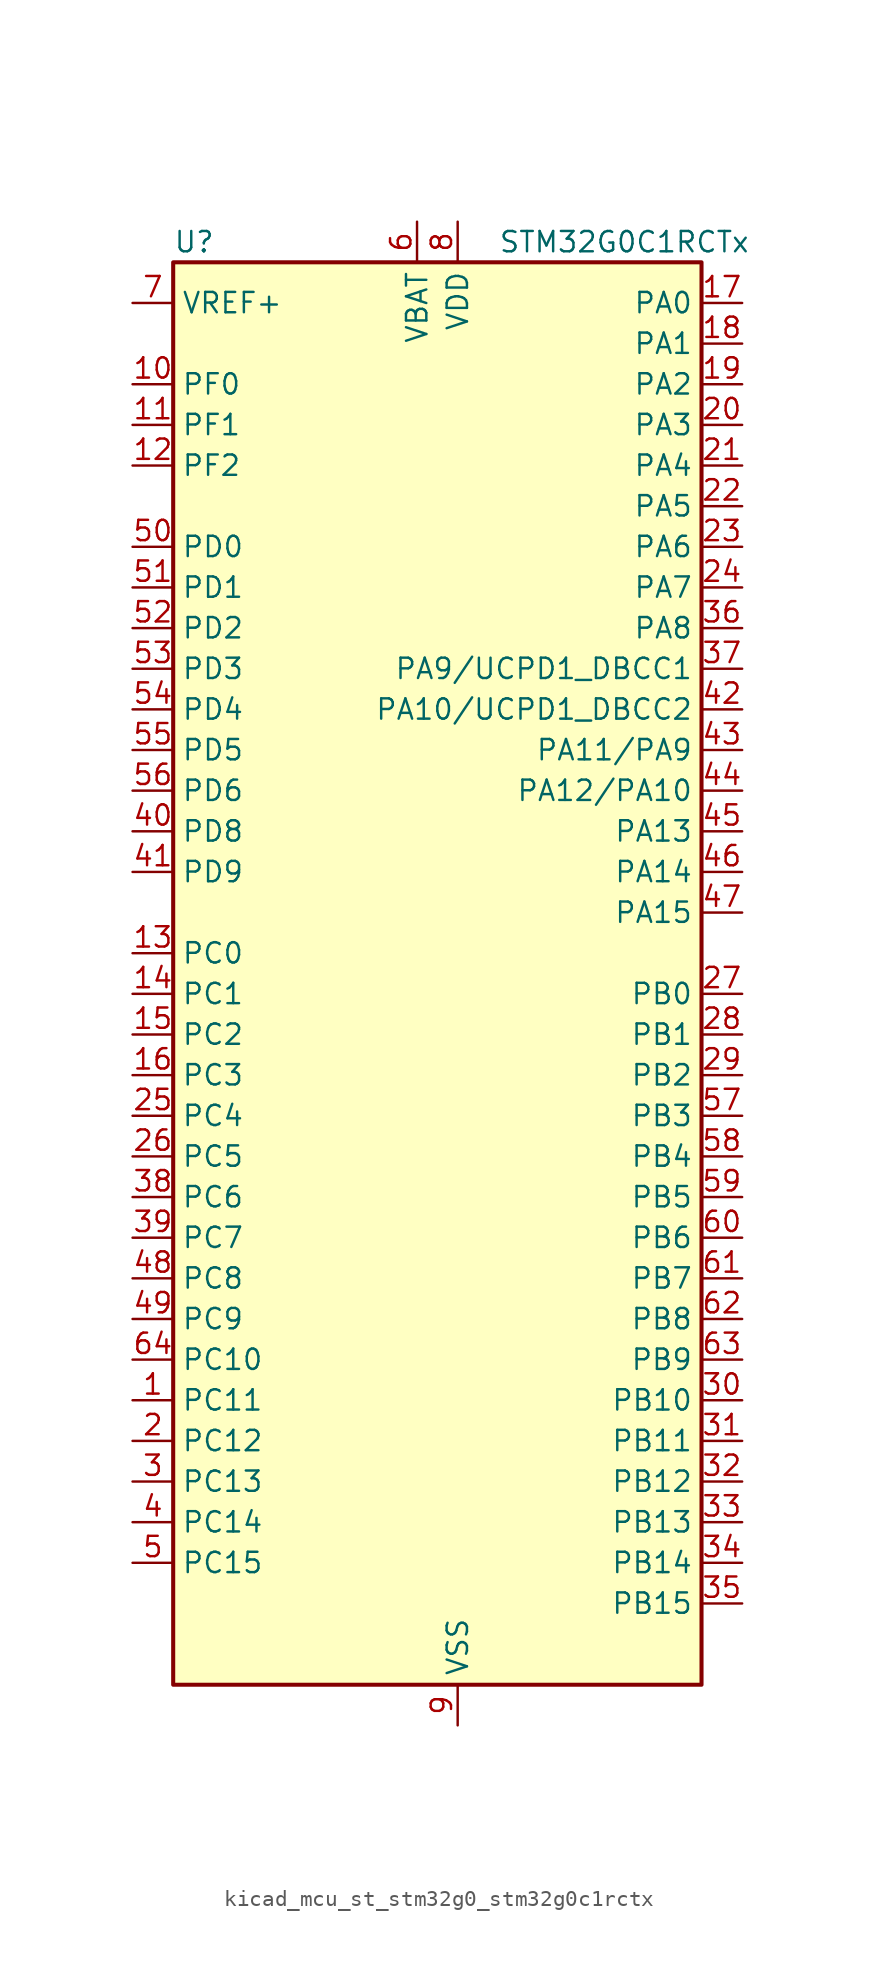
<source format=kicad_sym>
(kicad_symbol_lib
  (version 20220914)
  (generator kicad_symbol_editor)
  (symbol "kicad_mcu_st_stm32g0_stm32g0c1rctx"
    (property "Reference" "U"
      (at -15.24 46.99 0)
      (effects (font (size 1.27 1.27)) (justify left)))
    (property "Value" "STM32G0C1RCTx"
      (at 5.08 46.99 0)
      (effects (font (size 1.27 1.27)) (justify left)))
    (property "ki_locked" ""
      (at 0 0 0)
      (effects (font (size 1.27 1.27))))
    (symbol "kicad_mcu_st_stm32g0_stm32g0c1rctx_0_1"
      (rectangle (start -15.24 -43.18) (end 17.78 45.72) (stroke (width 0.254) (type default)) (fill (type background))))
    (symbol "kicad_mcu_st_stm32g0_stm32g0c1rctx_1_1"
      (pin bidirectional line (at -17.78 -25.4 0) (length 2.54) (name "PC11" (effects (font (size 1.27 1.27)))) (number "1" (effects (font (size 1.27 1.27)))) (alternate "ADC1_EXTI11" bidirectional line) (alternate "SPI3_MISO" bidirectional line) (alternate "TIM1_CH4" bidirectional line) (alternate "USART3_RX" bidirectional line) (alternate "USART4_RX" bidirectional line))
      (pin bidirectional line (at -17.78 38.1 0) (length 2.54) (name "PF0" (effects (font (size 1.27 1.27)))) (number "10" (effects (font (size 1.27 1.27)))) (alternate "CRS1_SYNC" bidirectional line) (alternate "RCC_OSC_IN" bidirectional line) (alternate "TIM14_CH1" bidirectional line))
      (pin bidirectional line (at -17.78 35.56 0) (length 2.54) (name "PF1" (effects (font (size 1.27 1.27)))) (number "11" (effects (font (size 1.27 1.27)))) (alternate "RCC_OSC_EN" bidirectional line) (alternate "RCC_OSC_OUT" bidirectional line) (alternate "TIM15_CH1N" bidirectional line))
      (pin bidirectional line (at -17.78 33.02 0) (length 2.54) (name "PF2" (effects (font (size 1.27 1.27)))) (number "12" (effects (font (size 1.27 1.27)))) (alternate "LPUART2_DE" bidirectional line) (alternate "LPUART2_RTS" bidirectional line) (alternate "LPUART2_TX" bidirectional line) (alternate "RCC_MCO" bidirectional line))
      (pin bidirectional line (at -17.78 2.54 0) (length 2.54) (name "PC0" (effects (font (size 1.27 1.27)))) (number "13" (effects (font (size 1.27 1.27)))) (alternate "COMP3_INM" bidirectional line) (alternate "COMP3_OUT" bidirectional line) (alternate "I2C3_SCL" bidirectional line) (alternate "LPTIM1_IN1" bidirectional line) (alternate "LPTIM2_IN1" bidirectional line) (alternate "LPUART1_RX" bidirectional line) (alternate "LPUART2_TX" bidirectional line) (alternate "USART6_TX" bidirectional line))
      (pin bidirectional line (at -17.78 0 0) (length 2.54) (name "PC1" (effects (font (size 1.27 1.27)))) (number "14" (effects (font (size 1.27 1.27)))) (alternate "COMP3_INP" bidirectional line) (alternate "I2C3_SDA" bidirectional line) (alternate "LPTIM1_OUT" bidirectional line) (alternate "LPUART1_TX" bidirectional line) (alternate "LPUART2_RX" bidirectional line) (alternate "TIM15_CH1" bidirectional line) (alternate "USART6_RX" bidirectional line))
      (pin bidirectional line (at -17.78 -2.54 0) (length 2.54) (name "PC2" (effects (font (size 1.27 1.27)))) (number "15" (effects (font (size 1.27 1.27)))) (alternate "COMP3_OUT" bidirectional line) (alternate "FDCAN2_RX" bidirectional line) (alternate "I2S2_MCK" bidirectional line) (alternate "LPTIM1_IN2" bidirectional line) (alternate "SPI2_MISO" bidirectional line) (alternate "TIM15_CH2" bidirectional line))
      (pin bidirectional line (at -17.78 -5.08 0) (length 2.54) (name "PC3" (effects (font (size 1.27 1.27)))) (number "16" (effects (font (size 1.27 1.27)))) (alternate "FDCAN2_TX" bidirectional line) (alternate "I2S2_SD" bidirectional line) (alternate "LPTIM1_ETR" bidirectional line) (alternate "LPTIM2_ETR" bidirectional line) (alternate "SPI2_MOSI" bidirectional line))
      (pin bidirectional line (at 20.32 43.18 180) (length 2.54) (name "PA0" (effects (font (size 1.27 1.27)))) (number "17" (effects (font (size 1.27 1.27)))) (alternate "ADC1_IN0" bidirectional line) (alternate "COMP1_INM" bidirectional line) (alternate "COMP1_OUT" bidirectional line) (alternate "I2S2_CK" bidirectional line) (alternate "LPTIM1_OUT" bidirectional line) (alternate "RTC_TAMP_IN2" bidirectional line) (alternate "SPI2_SCK" bidirectional line) (alternate "SYS_WKUP1" bidirectional line) (alternate "TIM2_CH1" bidirectional line) (alternate "TIM2_ETR" bidirectional line) (alternate "UCPD2_FRSTX1" bidirectional line) (alternate "UCPD2_FRSTX2" bidirectional line) (alternate "USART2_CTS" bidirectional line) (alternate "USART2_NSS" bidirectional line) (alternate "USART4_TX" bidirectional line))
      (pin bidirectional line (at 20.32 40.64 180) (length 2.54) (name "PA1" (effects (font (size 1.27 1.27)))) (number "18" (effects (font (size 1.27 1.27)))) (alternate "ADC1_IN1" bidirectional line) (alternate "COMP1_INP" bidirectional line) (alternate "I2C1_SMBA" bidirectional line) (alternate "I2S1_CK" bidirectional line) (alternate "SPI1_SCK" bidirectional line) (alternate "TIM15_CH1N" bidirectional line) (alternate "TIM2_CH2" bidirectional line) (alternate "USART2_CK" bidirectional line) (alternate "USART2_DE" bidirectional line) (alternate "USART2_RTS" bidirectional line) (alternate "USART4_RX" bidirectional line))
      (pin bidirectional line (at 20.32 38.1 180) (length 2.54) (name "PA2" (effects (font (size 1.27 1.27)))) (number "19" (effects (font (size 1.27 1.27)))) (alternate "ADC1_IN2" bidirectional line) (alternate "COMP2_INM" bidirectional line) (alternate "COMP2_OUT" bidirectional line) (alternate "I2S1_SD" bidirectional line) (alternate "LPUART1_TX" bidirectional line) (alternate "RCC_LSCO" bidirectional line) (alternate "SPI1_MOSI" bidirectional line) (alternate "SYS_WKUP4" bidirectional line) (alternate "TIM15_CH1" bidirectional line) (alternate "TIM2_CH3" bidirectional line) (alternate "UCPD1_FRSTX1" bidirectional line) (alternate "UCPD1_FRSTX2" bidirectional line) (alternate "USART2_TX" bidirectional line))
      (pin bidirectional line (at -17.78 -27.94 0) (length 2.54) (name "PC12" (effects (font (size 1.27 1.27)))) (number "2" (effects (font (size 1.27 1.27)))) (alternate "LPTIM1_IN1" bidirectional line) (alternate "SPI3_MOSI" bidirectional line) (alternate "TIM14_CH1" bidirectional line) (alternate "UCPD1_FRSTX1" bidirectional line) (alternate "UCPD1_FRSTX2" bidirectional line) (alternate "USART5_TX" bidirectional line))
      (pin bidirectional line (at 20.32 35.56 180) (length 2.54) (name "PA3" (effects (font (size 1.27 1.27)))) (number "20" (effects (font (size 1.27 1.27)))) (alternate "ADC1_IN3" bidirectional line) (alternate "COMP2_INP" bidirectional line) (alternate "I2S2_MCK" bidirectional line) (alternate "LPUART1_RX" bidirectional line) (alternate "SPI2_MISO" bidirectional line) (alternate "TIM15_CH2" bidirectional line) (alternate "TIM2_CH4" bidirectional line) (alternate "UCPD2_FRSTX1" bidirectional line) (alternate "UCPD2_FRSTX2" bidirectional line) (alternate "USART2_RX" bidirectional line))
      (pin bidirectional line (at 20.32 33.02 180) (length 2.54) (name "PA4" (effects (font (size 1.27 1.27)))) (number "21" (effects (font (size 1.27 1.27)))) (alternate "ADC1_IN4" bidirectional line) (alternate "DAC1_OUT1" bidirectional line) (alternate "I2S1_WS" bidirectional line) (alternate "I2S2_SD" bidirectional line) (alternate "LPTIM2_OUT" bidirectional line) (alternate "RTC_OUT2" bidirectional line) (alternate "SPI1_NSS" bidirectional line) (alternate "SPI2_MOSI" bidirectional line) (alternate "SPI3_NSS" bidirectional line) (alternate "TIM14_CH1" bidirectional line) (alternate "UCPD2_FRSTX1" bidirectional line) (alternate "UCPD2_FRSTX2" bidirectional line) (alternate "USART6_TX" bidirectional line) (alternate "USB_NOE" bidirectional line))
      (pin bidirectional line (at 20.32 30.48 180) (length 2.54) (name "PA5" (effects (font (size 1.27 1.27)))) (number "22" (effects (font (size 1.27 1.27)))) (alternate "ADC1_IN5" bidirectional line) (alternate "CEC" bidirectional line) (alternate "DAC1_OUT2" bidirectional line) (alternate "I2S1_CK" bidirectional line) (alternate "LPTIM2_ETR" bidirectional line) (alternate "SPI1_SCK" bidirectional line) (alternate "TIM2_CH1" bidirectional line) (alternate "TIM2_ETR" bidirectional line) (alternate "UCPD1_FRSTX1" bidirectional line) (alternate "UCPD1_FRSTX2" bidirectional line) (alternate "USART3_TX" bidirectional line) (alternate "USART6_RX" bidirectional line))
      (pin bidirectional line (at 20.32 27.94 180) (length 2.54) (name "PA6" (effects (font (size 1.27 1.27)))) (number "23" (effects (font (size 1.27 1.27)))) (alternate "ADC1_IN6" bidirectional line) (alternate "COMP1_OUT" bidirectional line) (alternate "I2C2_SDA" bidirectional line) (alternate "I2C3_SDA" bidirectional line) (alternate "I2S1_MCK" bidirectional line) (alternate "LPUART1_CTS" bidirectional line) (alternate "SPI1_MISO" bidirectional line) (alternate "TIM16_CH1" bidirectional line) (alternate "TIM1_BK" bidirectional line) (alternate "TIM3_CH1" bidirectional line) (alternate "USART3_CTS" bidirectional line) (alternate "USART3_NSS" bidirectional line) (alternate "USART6_CTS" bidirectional line) (alternate "USART6_NSS" bidirectional line))
      (pin bidirectional line (at 20.32 25.4 180) (length 2.54) (name "PA7" (effects (font (size 1.27 1.27)))) (number "24" (effects (font (size 1.27 1.27)))) (alternate "ADC1_IN7" bidirectional line) (alternate "COMP2_OUT" bidirectional line) (alternate "I2C2_SCL" bidirectional line) (alternate "I2C3_SCL" bidirectional line) (alternate "I2S1_SD" bidirectional line) (alternate "SPI1_MOSI" bidirectional line) (alternate "TIM14_CH1" bidirectional line) (alternate "TIM17_CH1" bidirectional line) (alternate "TIM1_CH1N" bidirectional line) (alternate "TIM3_CH2" bidirectional line) (alternate "UCPD1_FRSTX1" bidirectional line) (alternate "UCPD1_FRSTX2" bidirectional line) (alternate "USART6_CK" bidirectional line) (alternate "USART6_DE" bidirectional line) (alternate "USART6_RTS" bidirectional line))
      (pin bidirectional line (at -17.78 -7.62 0) (length 2.54) (name "PC4" (effects (font (size 1.27 1.27)))) (number "25" (effects (font (size 1.27 1.27)))) (alternate "ADC1_IN17" bidirectional line) (alternate "COMP1_INM" bidirectional line) (alternate "FDCAN1_RX" bidirectional line) (alternate "TIM2_CH1" bidirectional line) (alternate "TIM2_ETR" bidirectional line) (alternate "USART1_TX" bidirectional line) (alternate "USART3_TX" bidirectional line))
      (pin bidirectional line (at -17.78 -10.16 0) (length 2.54) (name "PC5" (effects (font (size 1.27 1.27)))) (number "26" (effects (font (size 1.27 1.27)))) (alternate "ADC1_IN18" bidirectional line) (alternate "COMP1_INP" bidirectional line) (alternate "FDCAN1_TX" bidirectional line) (alternate "SYS_WKUP5" bidirectional line) (alternate "TIM2_CH2" bidirectional line) (alternate "USART1_RX" bidirectional line) (alternate "USART3_RX" bidirectional line))
      (pin bidirectional line (at 20.32 0 180) (length 2.54) (name "PB0" (effects (font (size 1.27 1.27)))) (number "27" (effects (font (size 1.27 1.27)))) (alternate "ADC1_IN8" bidirectional line) (alternate "COMP1_OUT" bidirectional line) (alternate "COMP3_INP" bidirectional line) (alternate "FDCAN2_RX" bidirectional line) (alternate "I2S1_WS" bidirectional line) (alternate "LPTIM1_OUT" bidirectional line) (alternate "LPUART2_CTS" bidirectional line) (alternate "SPI1_NSS" bidirectional line) (alternate "TIM1_CH2N" bidirectional line) (alternate "TIM3_CH3" bidirectional line) (alternate "UCPD1_FRSTX1" bidirectional line) (alternate "UCPD1_FRSTX2" bidirectional line) (alternate "USART3_RX" bidirectional line) (alternate "USART5_TX" bidirectional line))
      (pin bidirectional line (at 20.32 -2.54 180) (length 2.54) (name "PB1" (effects (font (size 1.27 1.27)))) (number "28" (effects (font (size 1.27 1.27)))) (alternate "ADC1_IN9" bidirectional line) (alternate "COMP1_INM" bidirectional line) (alternate "COMP3_OUT" bidirectional line) (alternate "FDCAN2_TX" bidirectional line) (alternate "LPTIM2_IN1" bidirectional line) (alternate "LPUART1_DE" bidirectional line) (alternate "LPUART1_RTS" bidirectional line) (alternate "LPUART2_DE" bidirectional line) (alternate "LPUART2_RTS" bidirectional line) (alternate "TIM14_CH1" bidirectional line) (alternate "TIM1_CH3N" bidirectional line) (alternate "TIM3_CH4" bidirectional line) (alternate "USART3_CK" bidirectional line) (alternate "USART3_DE" bidirectional line) (alternate "USART3_RTS" bidirectional line) (alternate "USART5_RX" bidirectional line))
      (pin bidirectional line (at 20.32 -5.08 180) (length 2.54) (name "PB2" (effects (font (size 1.27 1.27)))) (number "29" (effects (font (size 1.27 1.27)))) (alternate "ADC1_IN10" bidirectional line) (alternate "COMP1_INP" bidirectional line) (alternate "COMP3_INM" bidirectional line) (alternate "I2S2_MCK" bidirectional line) (alternate "LPTIM1_OUT" bidirectional line) (alternate "RCC_MCO_2" bidirectional line) (alternate "SPI2_MISO" bidirectional line) (alternate "USART3_TX" bidirectional line))
      (pin bidirectional line (at -17.78 -30.48 0) (length 2.54) (name "PC13" (effects (font (size 1.27 1.27)))) (number "3" (effects (font (size 1.27 1.27)))) (alternate "RTC_OUT1" bidirectional line) (alternate "RTC_TAMP_IN1" bidirectional line) (alternate "RTC_TS" bidirectional line) (alternate "SYS_WKUP2" bidirectional line) (alternate "TIM1_BK" bidirectional line))
      (pin bidirectional line (at 20.32 -25.4 180) (length 2.54) (name "PB10" (effects (font (size 1.27 1.27)))) (number "30" (effects (font (size 1.27 1.27)))) (alternate "ADC1_IN11" bidirectional line) (alternate "CEC" bidirectional line) (alternate "COMP1_OUT" bidirectional line) (alternate "I2C2_SCL" bidirectional line) (alternate "I2S2_CK" bidirectional line) (alternate "LPUART1_RX" bidirectional line) (alternate "SPI2_SCK" bidirectional line) (alternate "TIM2_CH3" bidirectional line) (alternate "USART3_TX" bidirectional line))
      (pin bidirectional line (at 20.32 -27.94 180) (length 2.54) (name "PB11" (effects (font (size 1.27 1.27)))) (number "31" (effects (font (size 1.27 1.27)))) (alternate "ADC1_EXTI11" bidirectional line) (alternate "ADC1_IN15" bidirectional line) (alternate "COMP2_OUT" bidirectional line) (alternate "I2C2_SDA" bidirectional line) (alternate "I2S2_SD" bidirectional line) (alternate "LPUART1_TX" bidirectional line) (alternate "SPI2_MOSI" bidirectional line) (alternate "TIM2_CH4" bidirectional line) (alternate "USART3_RX" bidirectional line))
      (pin bidirectional line (at 20.32 -30.48 180) (length 2.54) (name "PB12" (effects (font (size 1.27 1.27)))) (number "32" (effects (font (size 1.27 1.27)))) (alternate "ADC1_IN16" bidirectional line) (alternate "FDCAN2_RX" bidirectional line) (alternate "I2C2_SMBA" bidirectional line) (alternate "I2S2_WS" bidirectional line) (alternate "LPUART1_DE" bidirectional line) (alternate "LPUART1_RTS" bidirectional line) (alternate "SPI2_NSS" bidirectional line) (alternate "TIM15_BK" bidirectional line) (alternate "TIM1_BK" bidirectional line) (alternate "UCPD2_FRSTX1" bidirectional line) (alternate "UCPD2_FRSTX2" bidirectional line))
      (pin bidirectional line (at 20.32 -33.02 180) (length 2.54) (name "PB13" (effects (font (size 1.27 1.27)))) (number "33" (effects (font (size 1.27 1.27)))) (alternate "FDCAN2_TX" bidirectional line) (alternate "I2C2_SCL" bidirectional line) (alternate "I2S2_CK" bidirectional line) (alternate "LPUART1_CTS" bidirectional line) (alternate "SPI2_SCK" bidirectional line) (alternate "TIM15_CH1N" bidirectional line) (alternate "TIM1_CH1N" bidirectional line) (alternate "USART3_CTS" bidirectional line) (alternate "USART3_NSS" bidirectional line))
      (pin bidirectional line (at 20.32 -35.56 180) (length 2.54) (name "PB14" (effects (font (size 1.27 1.27)))) (number "34" (effects (font (size 1.27 1.27)))) (alternate "I2C2_SDA" bidirectional line) (alternate "I2S2_MCK" bidirectional line) (alternate "SPI2_MISO" bidirectional line) (alternate "TIM15_CH1" bidirectional line) (alternate "TIM1_CH2N" bidirectional line) (alternate "UCPD1_FRSTX1" bidirectional line) (alternate "UCPD1_FRSTX2" bidirectional line) (alternate "USART3_CK" bidirectional line) (alternate "USART3_DE" bidirectional line) (alternate "USART3_RTS" bidirectional line) (alternate "USART6_CK" bidirectional line) (alternate "USART6_DE" bidirectional line) (alternate "USART6_RTS" bidirectional line))
      (pin bidirectional line (at 20.32 -38.1 180) (length 2.54) (name "PB15" (effects (font (size 1.27 1.27)))) (number "35" (effects (font (size 1.27 1.27)))) (alternate "I2S2_SD" bidirectional line) (alternate "RTC_REFIN" bidirectional line) (alternate "SPI2_MOSI" bidirectional line) (alternate "TIM15_CH1N" bidirectional line) (alternate "TIM15_CH2" bidirectional line) (alternate "TIM1_CH3N" bidirectional line) (alternate "UCPD1_CC2" bidirectional line) (alternate "USART6_CTS" bidirectional line) (alternate "USART6_NSS" bidirectional line))
      (pin bidirectional line (at 20.32 22.86 180) (length 2.54) (name "PA8" (effects (font (size 1.27 1.27)))) (number "36" (effects (font (size 1.27 1.27)))) (alternate "CRS1_SYNC" bidirectional line) (alternate "I2C2_SMBA" bidirectional line) (alternate "I2S2_WS" bidirectional line) (alternate "LPTIM2_OUT" bidirectional line) (alternate "RCC_MCO" bidirectional line) (alternate "SPI2_NSS" bidirectional line) (alternate "TIM1_CH1" bidirectional line) (alternate "UCPD1_CC1" bidirectional line))
      (pin bidirectional line (at 20.32 20.32 180) (length 2.54) (name "PA9/UCPD1_DBCC1" (effects (font (size 1.27 1.27)))) (number "37" (effects (font (size 1.27 1.27)))) (alternate "DAC1_EXTI9" bidirectional line) (alternate "I2C1_SCL" bidirectional line) (alternate "I2C2_SCL" bidirectional line) (alternate "I2S2_MCK" bidirectional line) (alternate "RCC_MCO" bidirectional line) (alternate "SPI2_MISO" bidirectional line) (alternate "TIM15_BK" bidirectional line) (alternate "TIM1_CH2" bidirectional line) (alternate "UCPD1_DBCC1" bidirectional line) (alternate "USART1_TX" bidirectional line))
      (pin bidirectional line (at -17.78 -12.7 0) (length 2.54) (name "PC6" (effects (font (size 1.27 1.27)))) (number "38" (effects (font (size 1.27 1.27)))) (alternate "LPUART2_TX" bidirectional line) (alternate "TIM2_CH3" bidirectional line) (alternate "TIM3_CH1" bidirectional line) (alternate "UCPD1_FRSTX1" bidirectional line) (alternate "UCPD1_FRSTX2" bidirectional line))
      (pin bidirectional line (at -17.78 -15.24 0) (length 2.54) (name "PC7" (effects (font (size 1.27 1.27)))) (number "39" (effects (font (size 1.27 1.27)))) (alternate "LPUART2_RX" bidirectional line) (alternate "TIM2_CH4" bidirectional line) (alternate "TIM3_CH2" bidirectional line) (alternate "UCPD2_FRSTX1" bidirectional line) (alternate "UCPD2_FRSTX2" bidirectional line))
      (pin bidirectional line (at -17.78 -33.02 0) (length 2.54) (name "PC14" (effects (font (size 1.27 1.27)))) (number "4" (effects (font (size 1.27 1.27)))) (alternate "RCC_OSC32_IN" bidirectional line) (alternate "TIM1_BK2" bidirectional line))
      (pin bidirectional line (at -17.78 10.16 0) (length 2.54) (name "PD8" (effects (font (size 1.27 1.27)))) (number "40" (effects (font (size 1.27 1.27)))) (alternate "I2S1_CK" bidirectional line) (alternate "LPTIM1_OUT" bidirectional line) (alternate "SPI1_SCK" bidirectional line) (alternate "USART3_TX" bidirectional line))
      (pin bidirectional line (at -17.78 7.62 0) (length 2.54) (name "PD9" (effects (font (size 1.27 1.27)))) (number "41" (effects (font (size 1.27 1.27)))) (alternate "DAC1_EXTI9" bidirectional line) (alternate "I2S1_WS" bidirectional line) (alternate "SPI1_NSS" bidirectional line) (alternate "TIM1_BK2" bidirectional line) (alternate "USART3_RX" bidirectional line))
      (pin bidirectional line (at 20.32 17.78 180) (length 2.54) (name "PA10/UCPD1_DBCC2" (effects (font (size 1.27 1.27)))) (number "42" (effects (font (size 1.27 1.27)))) (alternate "I2C1_SDA" bidirectional line) (alternate "I2C2_SDA" bidirectional line) (alternate "I2S2_SD" bidirectional line) (alternate "RCC_MCO_2" bidirectional line) (alternate "SPI2_MOSI" bidirectional line) (alternate "TIM17_BK" bidirectional line) (alternate "TIM1_CH3" bidirectional line) (alternate "UCPD1_DBCC2" bidirectional line) (alternate "USART1_RX" bidirectional line))
      (pin bidirectional line (at 20.32 15.24 180) (length 2.54) (name "PA11/PA9" (effects (font (size 1.27 1.27)))) (number "43" (effects (font (size 1.27 1.27)))) (alternate "ADC1_EXTI11" bidirectional line) (alternate "COMP1_OUT" bidirectional line) (alternate "FDCAN1_RX" bidirectional line) (alternate "I2C2_SCL" bidirectional line) (alternate "I2S1_MCK" bidirectional line) (alternate "SPI1_MISO" bidirectional line) (alternate "TIM1_BK2" bidirectional line) (alternate "TIM1_CH4" bidirectional line) (alternate "USART1_CTS" bidirectional line) (alternate "USART1_NSS" bidirectional line) (alternate "USB_DM" bidirectional line))
      (pin bidirectional line (at 20.32 12.7 180) (length 2.54) (name "PA12/PA10" (effects (font (size 1.27 1.27)))) (number "44" (effects (font (size 1.27 1.27)))) (alternate "COMP2_OUT" bidirectional line) (alternate "FDCAN1_TX" bidirectional line) (alternate "I2C2_SDA" bidirectional line) (alternate "I2S1_SD" bidirectional line) (alternate "I2S_CKIN" bidirectional line) (alternate "SPI1_MOSI" bidirectional line) (alternate "TIM1_ETR" bidirectional line) (alternate "USART1_CK" bidirectional line) (alternate "USART1_DE" bidirectional line) (alternate "USART1_RTS" bidirectional line) (alternate "USB_DP" bidirectional line))
      (pin bidirectional line (at 20.32 10.16 180) (length 2.54) (name "PA13" (effects (font (size 1.27 1.27)))) (number "45" (effects (font (size 1.27 1.27)))) (alternate "IR_OUT" bidirectional line) (alternate "LPUART2_RX" bidirectional line) (alternate "SYS_SWDIO" bidirectional line) (alternate "USB_NOE" bidirectional line))
      (pin bidirectional line (at 20.32 7.62 180) (length 2.54) (name "PA14" (effects (font (size 1.27 1.27)))) (number "46" (effects (font (size 1.27 1.27)))) (alternate "LPUART2_TX" bidirectional line) (alternate "SYS_SWCLK" bidirectional line) (alternate "USART2_TX" bidirectional line))
      (pin bidirectional line (at 20.32 5.08 180) (length 2.54) (name "PA15" (effects (font (size 1.27 1.27)))) (number "47" (effects (font (size 1.27 1.27)))) (alternate "I2C2_SMBA" bidirectional line) (alternate "I2S1_WS" bidirectional line) (alternate "RCC_MCO_2" bidirectional line) (alternate "SPI1_NSS" bidirectional line) (alternate "SPI3_NSS" bidirectional line) (alternate "TIM2_CH1" bidirectional line) (alternate "TIM2_ETR" bidirectional line) (alternate "USART2_RX" bidirectional line) (alternate "USART3_CK" bidirectional line) (alternate "USART3_DE" bidirectional line) (alternate "USART3_RTS" bidirectional line) (alternate "USART4_CK" bidirectional line) (alternate "USART4_DE" bidirectional line) (alternate "USART4_RTS" bidirectional line) (alternate "USB_NOE" bidirectional line))
      (pin bidirectional line (at -17.78 -17.78 0) (length 2.54) (name "PC8" (effects (font (size 1.27 1.27)))) (number "48" (effects (font (size 1.27 1.27)))) (alternate "LPUART2_CTS" bidirectional line) (alternate "TIM1_CH1" bidirectional line) (alternate "TIM3_CH3" bidirectional line) (alternate "UCPD2_FRSTX1" bidirectional line) (alternate "UCPD2_FRSTX2" bidirectional line))
      (pin bidirectional line (at -17.78 -20.32 0) (length 2.54) (name "PC9" (effects (font (size 1.27 1.27)))) (number "49" (effects (font (size 1.27 1.27)))) (alternate "DAC1_EXTI9" bidirectional line) (alternate "I2S_CKIN" bidirectional line) (alternate "LPUART2_DE" bidirectional line) (alternate "LPUART2_RTS" bidirectional line) (alternate "TIM1_CH2" bidirectional line) (alternate "TIM3_CH4" bidirectional line) (alternate "USB_NOE" bidirectional line))
      (pin bidirectional line (at -17.78 -35.56 0) (length 2.54) (name "PC15" (effects (font (size 1.27 1.27)))) (number "5" (effects (font (size 1.27 1.27)))) (alternate "RCC_OSC32_EN" bidirectional line) (alternate "RCC_OSC32_OUT" bidirectional line) (alternate "RCC_OSC_EN" bidirectional line) (alternate "TIM15_BK" bidirectional line))
      (pin bidirectional line (at -17.78 27.94 0) (length 2.54) (name "PD0" (effects (font (size 1.27 1.27)))) (number "50" (effects (font (size 1.27 1.27)))) (alternate "FDCAN1_RX" bidirectional line) (alternate "I2S2_WS" bidirectional line) (alternate "SPI2_NSS" bidirectional line) (alternate "TIM16_CH1" bidirectional line) (alternate "UCPD2_CC1" bidirectional line))
      (pin bidirectional line (at -17.78 25.4 0) (length 2.54) (name "PD1" (effects (font (size 1.27 1.27)))) (number "51" (effects (font (size 1.27 1.27)))) (alternate "FDCAN1_TX" bidirectional line) (alternate "I2S2_CK" bidirectional line) (alternate "SPI2_SCK" bidirectional line) (alternate "TIM17_CH1" bidirectional line) (alternate "UCPD2_DBCC1" bidirectional line))
      (pin bidirectional line (at -17.78 22.86 0) (length 2.54) (name "PD2" (effects (font (size 1.27 1.27)))) (number "52" (effects (font (size 1.27 1.27)))) (alternate "TIM1_CH1N" bidirectional line) (alternate "TIM3_ETR" bidirectional line) (alternate "UCPD2_CC2" bidirectional line) (alternate "USART3_CK" bidirectional line) (alternate "USART3_DE" bidirectional line) (alternate "USART3_RTS" bidirectional line) (alternate "USART5_RX" bidirectional line))
      (pin bidirectional line (at -17.78 20.32 0) (length 2.54) (name "PD3" (effects (font (size 1.27 1.27)))) (number "53" (effects (font (size 1.27 1.27)))) (alternate "I2S2_MCK" bidirectional line) (alternate "SPI2_MISO" bidirectional line) (alternate "TIM1_CH2N" bidirectional line) (alternate "UCPD2_DBCC2" bidirectional line) (alternate "USART2_CTS" bidirectional line) (alternate "USART2_NSS" bidirectional line) (alternate "USART5_TX" bidirectional line))
      (pin bidirectional line (at -17.78 17.78 0) (length 2.54) (name "PD4" (effects (font (size 1.27 1.27)))) (number "54" (effects (font (size 1.27 1.27)))) (alternate "I2S2_SD" bidirectional line) (alternate "SPI2_MOSI" bidirectional line) (alternate "TIM1_CH3N" bidirectional line) (alternate "USART2_CK" bidirectional line) (alternate "USART2_DE" bidirectional line) (alternate "USART2_RTS" bidirectional line) (alternate "USART5_CK" bidirectional line) (alternate "USART5_DE" bidirectional line) (alternate "USART5_RTS" bidirectional line))
      (pin bidirectional line (at -17.78 15.24 0) (length 2.54) (name "PD5" (effects (font (size 1.27 1.27)))) (number "55" (effects (font (size 1.27 1.27)))) (alternate "I2S1_MCK" bidirectional line) (alternate "SPI1_MISO" bidirectional line) (alternate "TIM1_BK" bidirectional line) (alternate "USART2_TX" bidirectional line) (alternate "USART5_CTS" bidirectional line) (alternate "USART5_NSS" bidirectional line))
      (pin bidirectional line (at -17.78 12.7 0) (length 2.54) (name "PD6" (effects (font (size 1.27 1.27)))) (number "56" (effects (font (size 1.27 1.27)))) (alternate "I2S1_SD" bidirectional line) (alternate "LPTIM2_OUT" bidirectional line) (alternate "SPI1_MOSI" bidirectional line) (alternate "USART2_RX" bidirectional line))
      (pin bidirectional line (at 20.32 -7.62 180) (length 2.54) (name "PB3" (effects (font (size 1.27 1.27)))) (number "57" (effects (font (size 1.27 1.27)))) (alternate "COMP2_INM" bidirectional line) (alternate "I2C2_SCL" bidirectional line) (alternate "I2C3_SCL" bidirectional line) (alternate "I2S1_CK" bidirectional line) (alternate "SPI1_SCK" bidirectional line) (alternate "SPI3_SCK" bidirectional line) (alternate "TIM1_CH2" bidirectional line) (alternate "TIM2_CH2" bidirectional line) (alternate "USART1_CK" bidirectional line) (alternate "USART1_DE" bidirectional line) (alternate "USART1_RTS" bidirectional line) (alternate "USART5_TX" bidirectional line))
      (pin bidirectional line (at 20.32 -10.16 180) (length 2.54) (name "PB4" (effects (font (size 1.27 1.27)))) (number "58" (effects (font (size 1.27 1.27)))) (alternate "COMP2_INP" bidirectional line) (alternate "I2C2_SDA" bidirectional line) (alternate "I2C3_SDA" bidirectional line) (alternate "I2S1_MCK" bidirectional line) (alternate "SPI1_MISO" bidirectional line) (alternate "SPI3_MISO" bidirectional line) (alternate "TIM17_BK" bidirectional line) (alternate "TIM3_CH1" bidirectional line) (alternate "USART1_CTS" bidirectional line) (alternate "USART1_NSS" bidirectional line) (alternate "USART5_RX" bidirectional line))
      (pin bidirectional line (at 20.32 -12.7 180) (length 2.54) (name "PB5" (effects (font (size 1.27 1.27)))) (number "59" (effects (font (size 1.27 1.27)))) (alternate "COMP2_OUT" bidirectional line) (alternate "FDCAN2_RX" bidirectional line) (alternate "I2C1_SMBA" bidirectional line) (alternate "I2S1_SD" bidirectional line) (alternate "LPTIM1_IN1" bidirectional line) (alternate "SPI1_MOSI" bidirectional line) (alternate "SPI3_MOSI" bidirectional line) (alternate "SYS_WKUP6" bidirectional line) (alternate "TIM16_BK" bidirectional line) (alternate "TIM3_CH2" bidirectional line) (alternate "USART5_CK" bidirectional line) (alternate "USART5_DE" bidirectional line) (alternate "USART5_RTS" bidirectional line))
      (pin power_in line (at 0 48.26 270) (length 2.54) (name "VBAT" (effects (font (size 1.27 1.27)))) (number "6" (effects (font (size 1.27 1.27)))))
      (pin bidirectional line (at 20.32 -15.24 180) (length 2.54) (name "PB6" (effects (font (size 1.27 1.27)))) (number "60" (effects (font (size 1.27 1.27)))) (alternate "COMP2_INP" bidirectional line) (alternate "FDCAN2_TX" bidirectional line) (alternate "I2C1_SCL" bidirectional line) (alternate "I2S2_MCK" bidirectional line) (alternate "LPTIM1_ETR" bidirectional line) (alternate "LPUART2_TX" bidirectional line) (alternate "SPI2_MISO" bidirectional line) (alternate "TIM16_CH1N" bidirectional line) (alternate "TIM1_CH3" bidirectional line) (alternate "TIM4_CH1" bidirectional line) (alternate "USART1_TX" bidirectional line) (alternate "USART5_CTS" bidirectional line) (alternate "USART5_NSS" bidirectional line))
      (pin bidirectional line (at 20.32 -17.78 180) (length 2.54) (name "PB7" (effects (font (size 1.27 1.27)))) (number "61" (effects (font (size 1.27 1.27)))) (alternate "COMP2_INM" bidirectional line) (alternate "I2C1_SDA" bidirectional line) (alternate "I2S2_SD" bidirectional line) (alternate "LPTIM1_IN2" bidirectional line) (alternate "LPUART2_RX" bidirectional line) (alternate "SPI2_MOSI" bidirectional line) (alternate "SYS_PVD_IN" bidirectional line) (alternate "TIM17_CH1N" bidirectional line) (alternate "TIM4_CH2" bidirectional line) (alternate "USART1_RX" bidirectional line) (alternate "USART4_CTS" bidirectional line) (alternate "USART4_NSS" bidirectional line))
      (pin bidirectional line (at 20.32 -20.32 180) (length 2.54) (name "PB8" (effects (font (size 1.27 1.27)))) (number "62" (effects (font (size 1.27 1.27)))) (alternate "CEC" bidirectional line) (alternate "FDCAN1_RX" bidirectional line) (alternate "I2C1_SCL" bidirectional line) (alternate "I2S2_CK" bidirectional line) (alternate "SPI2_SCK" bidirectional line) (alternate "TIM15_BK" bidirectional line) (alternate "TIM16_CH1" bidirectional line) (alternate "TIM4_CH3" bidirectional line) (alternate "USART3_TX" bidirectional line) (alternate "USART6_TX" bidirectional line))
      (pin bidirectional line (at 20.32 -22.86 180) (length 2.54) (name "PB9" (effects (font (size 1.27 1.27)))) (number "63" (effects (font (size 1.27 1.27)))) (alternate "DAC1_EXTI9" bidirectional line) (alternate "FDCAN1_TX" bidirectional line) (alternate "I2C1_SDA" bidirectional line) (alternate "I2S2_WS" bidirectional line) (alternate "IR_OUT" bidirectional line) (alternate "SPI2_NSS" bidirectional line) (alternate "TIM17_CH1" bidirectional line) (alternate "TIM4_CH4" bidirectional line) (alternate "UCPD2_FRSTX1" bidirectional line) (alternate "UCPD2_FRSTX2" bidirectional line) (alternate "USART3_RX" bidirectional line) (alternate "USART6_RX" bidirectional line))
      (pin bidirectional line (at -17.78 -22.86 0) (length 2.54) (name "PC10" (effects (font (size 1.27 1.27)))) (number "64" (effects (font (size 1.27 1.27)))) (alternate "SPI3_SCK" bidirectional line) (alternate "TIM1_CH3" bidirectional line) (alternate "USART3_TX" bidirectional line) (alternate "USART4_TX" bidirectional line))
      (pin input line (at -17.78 43.18 0) (length 2.54) (name "VREF+" (effects (font (size 1.27 1.27)))) (number "7" (effects (font (size 1.27 1.27)))) (alternate "VREFBUF_OUT" bidirectional line))
      (pin power_in line (at 2.54 48.26 270) (length 2.54) (name "VDD" (effects (font (size 1.27 1.27)))) (number "8" (effects (font (size 1.27 1.27)))))
      (pin power_in line (at 2.54 -45.72 90) (length 2.54) (name "VSS" (effects (font (size 1.27 1.27)))) (number "9" (effects (font (size 1.27 1.27))))))))
</source>
